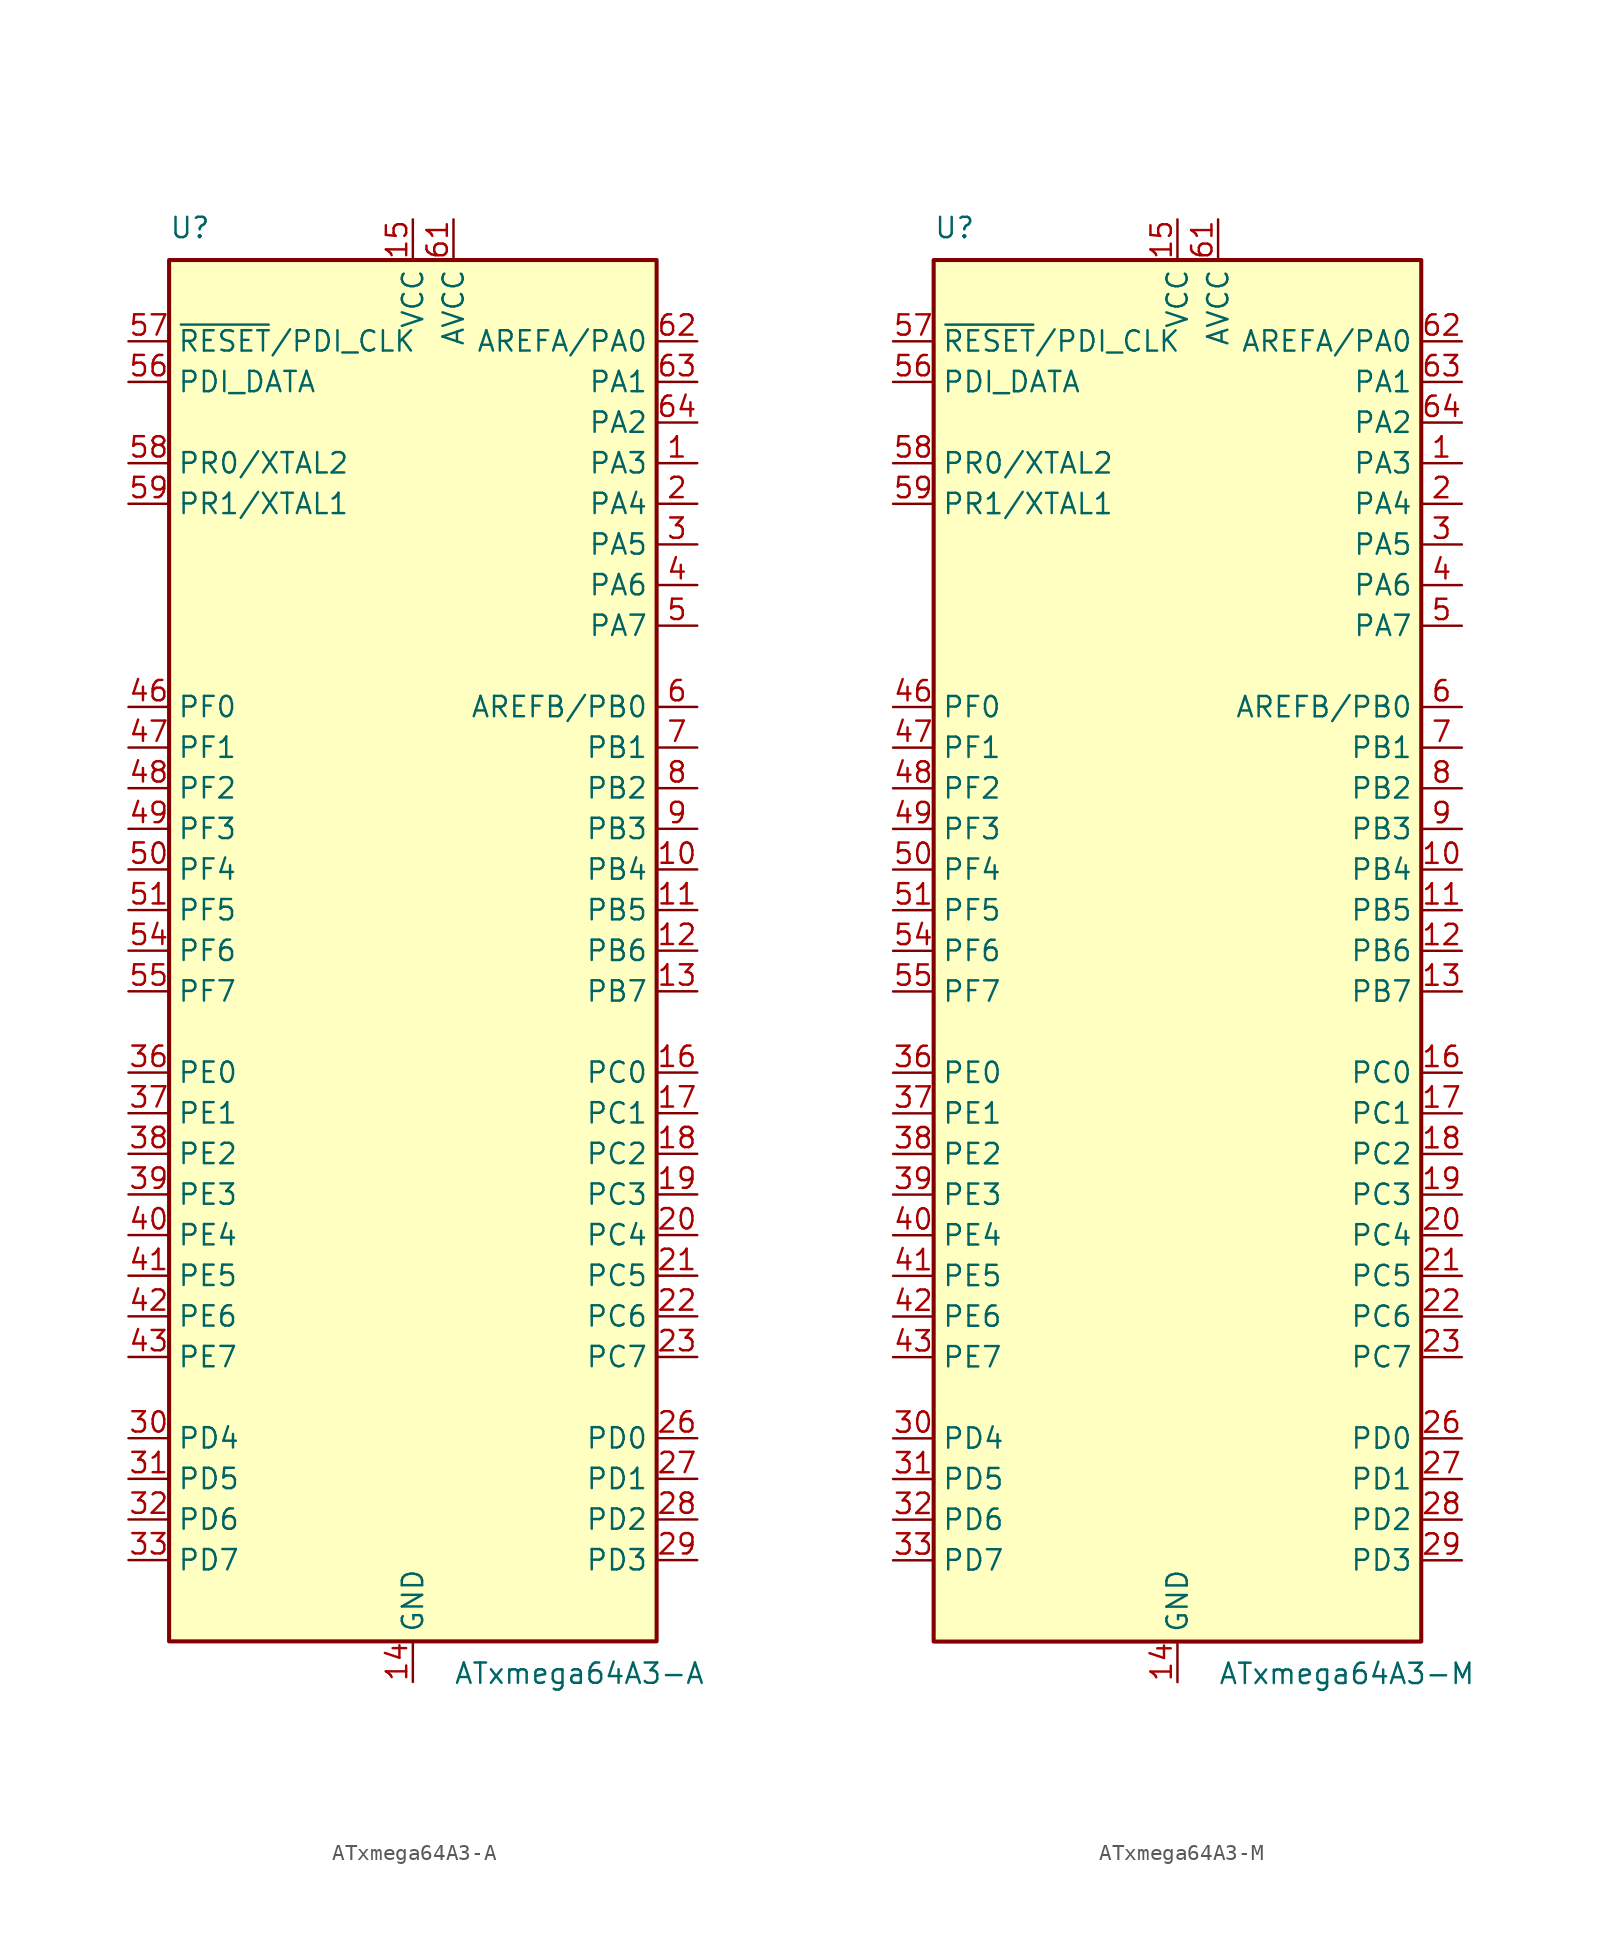
<source format=kicad_sym>
(kicad_symbol_lib
  (version 20201005)
  (generator kicad_symbol_editor)
  (symbol "ATxmega64A3-A"
    (property "Reference" "U"
      (at -15.24 44.45 0)
      (effects (font (size 1.27 1.27)) (justify left bottom)))
    (property "Value" "ATxmega64A3-A"
      (at 2.54 -44.45 0)
      (effects (font (size 1.27 1.27)) (justify left top)))
    (symbol "ATxmega64A3-A_0_1"
      (rectangle (start -15.24 -43.18) (end 15.24 43.18) (stroke (width 0.254)) (fill (type background))))
    (symbol "ATxmega64A3-A_1_1"
      (pin bidirectional line (at 17.78 30.48 180) (length 2.54) (name "PA3" (effects (font (size 1.27 1.27)))) (number "1" (effects (font (size 1.27 1.27)))))
      (pin bidirectional line (at 17.78 5.08 180) (length 2.54) (name "PB4" (effects (font (size 1.27 1.27)))) (number "10" (effects (font (size 1.27 1.27)))))
      (pin bidirectional line (at 17.78 2.54 180) (length 2.54) (name "PB5" (effects (font (size 1.27 1.27)))) (number "11" (effects (font (size 1.27 1.27)))))
      (pin bidirectional line (at 17.78 0 180) (length 2.54) (name "PB6" (effects (font (size 1.27 1.27)))) (number "12" (effects (font (size 1.27 1.27)))))
      (pin bidirectional line (at 17.78 -2.54 180) (length 2.54) (name "PB7" (effects (font (size 1.27 1.27)))) (number "13" (effects (font (size 1.27 1.27)))))
      (pin power_in line (at 0 -45.72 90) (length 2.54) (name "GND" (effects (font (size 1.27 1.27)))) (number "14" (effects (font (size 1.27 1.27)))))
      (pin power_in line (at 0 45.72 270) (length 2.54) (name "VCC" (effects (font (size 1.27 1.27)))) (number "15" (effects (font (size 1.27 1.27)))))
      (pin bidirectional line (at 17.78 -7.62 180) (length 2.54) (name "PC0" (effects (font (size 1.27 1.27)))) (number "16" (effects (font (size 1.27 1.27)))))
      (pin bidirectional line (at 17.78 -10.16 180) (length 2.54) (name "PC1" (effects (font (size 1.27 1.27)))) (number "17" (effects (font (size 1.27 1.27)))))
      (pin bidirectional line (at 17.78 -12.7 180) (length 2.54) (name "PC2" (effects (font (size 1.27 1.27)))) (number "18" (effects (font (size 1.27 1.27)))))
      (pin bidirectional line (at 17.78 -15.24 180) (length 2.54) (name "PC3" (effects (font (size 1.27 1.27)))) (number "19" (effects (font (size 1.27 1.27)))))
      (pin bidirectional line (at 17.78 27.94 180) (length 2.54) (name "PA4" (effects (font (size 1.27 1.27)))) (number "2" (effects (font (size 1.27 1.27)))))
      (pin bidirectional line (at 17.78 -17.78 180) (length 2.54) (name "PC4" (effects (font (size 1.27 1.27)))) (number "20" (effects (font (size 1.27 1.27)))))
      (pin bidirectional line (at 17.78 -20.32 180) (length 2.54) (name "PC5" (effects (font (size 1.27 1.27)))) (number "21" (effects (font (size 1.27 1.27)))))
      (pin bidirectional line (at 17.78 -22.86 180) (length 2.54) (name "PC6" (effects (font (size 1.27 1.27)))) (number "22" (effects (font (size 1.27 1.27)))))
      (pin bidirectional line (at 17.78 -25.4 180) (length 2.54) (name "PC7" (effects (font (size 1.27 1.27)))) (number "23" (effects (font (size 1.27 1.27)))))
      (pin passive line (at 0 -45.72 90) (length 2.54) hide (name "GND" (effects (font (size 1.27 1.27)))) (number "24" (effects (font (size 1.27 1.27)))))
      (pin passive line (at 0 45.72 270) (length 2.54) hide (name "VCC" (effects (font (size 1.27 1.27)))) (number "25" (effects (font (size 1.27 1.27)))))
      (pin bidirectional line (at 17.78 -30.48 180) (length 2.54) (name "PD0" (effects (font (size 1.27 1.27)))) (number "26" (effects (font (size 1.27 1.27)))))
      (pin bidirectional line (at 17.78 -33.02 180) (length 2.54) (name "PD1" (effects (font (size 1.27 1.27)))) (number "27" (effects (font (size 1.27 1.27)))))
      (pin bidirectional line (at 17.78 -35.56 180) (length 2.54) (name "PD2" (effects (font (size 1.27 1.27)))) (number "28" (effects (font (size 1.27 1.27)))))
      (pin bidirectional line (at 17.78 -38.1 180) (length 2.54) (name "PD3" (effects (font (size 1.27 1.27)))) (number "29" (effects (font (size 1.27 1.27)))))
      (pin bidirectional line (at 17.78 25.4 180) (length 2.54) (name "PA5" (effects (font (size 1.27 1.27)))) (number "3" (effects (font (size 1.27 1.27)))))
      (pin bidirectional line (at -17.78 -30.48 0) (length 2.54) (name "PD4" (effects (font (size 1.27 1.27)))) (number "30" (effects (font (size 1.27 1.27)))))
      (pin bidirectional line (at -17.78 -33.02 0) (length 2.54) (name "PD5" (effects (font (size 1.27 1.27)))) (number "31" (effects (font (size 1.27 1.27)))))
      (pin bidirectional line (at -17.78 -35.56 0) (length 2.54) (name "PD6" (effects (font (size 1.27 1.27)))) (number "32" (effects (font (size 1.27 1.27)))))
      (pin bidirectional line (at -17.78 -38.1 0) (length 2.54) (name "PD7" (effects (font (size 1.27 1.27)))) (number "33" (effects (font (size 1.27 1.27)))))
      (pin passive line (at 0 -45.72 90) (length 2.54) hide (name "GND" (effects (font (size 1.27 1.27)))) (number "34" (effects (font (size 1.27 1.27)))))
      (pin passive line (at 0 45.72 270) (length 2.54) hide (name "VCC" (effects (font (size 1.27 1.27)))) (number "35" (effects (font (size 1.27 1.27)))))
      (pin bidirectional line (at -17.78 -7.62 0) (length 2.54) (name "PE0" (effects (font (size 1.27 1.27)))) (number "36" (effects (font (size 1.27 1.27)))))
      (pin bidirectional line (at -17.78 -10.16 0) (length 2.54) (name "PE1" (effects (font (size 1.27 1.27)))) (number "37" (effects (font (size 1.27 1.27)))))
      (pin bidirectional line (at -17.78 -12.7 0) (length 2.54) (name "PE2" (effects (font (size 1.27 1.27)))) (number "38" (effects (font (size 1.27 1.27)))))
      (pin bidirectional line (at -17.78 -15.24 0) (length 2.54) (name "PE3" (effects (font (size 1.27 1.27)))) (number "39" (effects (font (size 1.27 1.27)))))
      (pin bidirectional line (at 17.78 22.86 180) (length 2.54) (name "PA6" (effects (font (size 1.27 1.27)))) (number "4" (effects (font (size 1.27 1.27)))))
      (pin bidirectional line (at -17.78 -17.78 0) (length 2.54) (name "PE4" (effects (font (size 1.27 1.27)))) (number "40" (effects (font (size 1.27 1.27)))))
      (pin bidirectional line (at -17.78 -20.32 0) (length 2.54) (name "PE5" (effects (font (size 1.27 1.27)))) (number "41" (effects (font (size 1.27 1.27)))))
      (pin bidirectional line (at -17.78 -22.86 0) (length 2.54) (name "PE6" (effects (font (size 1.27 1.27)))) (number "42" (effects (font (size 1.27 1.27)))))
      (pin bidirectional line (at -17.78 -25.4 0) (length 2.54) (name "PE7" (effects (font (size 1.27 1.27)))) (number "43" (effects (font (size 1.27 1.27)))))
      (pin passive line (at 0 -45.72 90) (length 2.54) hide (name "GND" (effects (font (size 1.27 1.27)))) (number "44" (effects (font (size 1.27 1.27)))))
      (pin passive line (at 0 45.72 270) (length 2.54) hide (name "VCC" (effects (font (size 1.27 1.27)))) (number "45" (effects (font (size 1.27 1.27)))))
      (pin bidirectional line (at -17.78 15.24 0) (length 2.54) (name "PF0" (effects (font (size 1.27 1.27)))) (number "46" (effects (font (size 1.27 1.27)))))
      (pin bidirectional line (at -17.78 12.7 0) (length 2.54) (name "PF1" (effects (font (size 1.27 1.27)))) (number "47" (effects (font (size 1.27 1.27)))))
      (pin bidirectional line (at -17.78 10.16 0) (length 2.54) (name "PF2" (effects (font (size 1.27 1.27)))) (number "48" (effects (font (size 1.27 1.27)))))
      (pin bidirectional line (at -17.78 7.62 0) (length 2.54) (name "PF3" (effects (font (size 1.27 1.27)))) (number "49" (effects (font (size 1.27 1.27)))))
      (pin bidirectional line (at 17.78 20.32 180) (length 2.54) (name "PA7" (effects (font (size 1.27 1.27)))) (number "5" (effects (font (size 1.27 1.27)))))
      (pin bidirectional line (at -17.78 5.08 0) (length 2.54) (name "PF4" (effects (font (size 1.27 1.27)))) (number "50" (effects (font (size 1.27 1.27)))))
      (pin bidirectional line (at -17.78 2.54 0) (length 2.54) (name "PF5" (effects (font (size 1.27 1.27)))) (number "51" (effects (font (size 1.27 1.27)))))
      (pin passive line (at 0 -45.72 90) (length 2.54) hide (name "GND" (effects (font (size 1.27 1.27)))) (number "52" (effects (font (size 1.27 1.27)))))
      (pin passive line (at 0 45.72 270) (length 2.54) hide (name "VCC" (effects (font (size 1.27 1.27)))) (number "53" (effects (font (size 1.27 1.27)))))
      (pin bidirectional line (at -17.78 0 0) (length 2.54) (name "PF6" (effects (font (size 1.27 1.27)))) (number "54" (effects (font (size 1.27 1.27)))))
      (pin bidirectional line (at -17.78 -2.54 0) (length 2.54) (name "PF7" (effects (font (size 1.27 1.27)))) (number "55" (effects (font (size 1.27 1.27)))))
      (pin bidirectional line (at -17.78 35.56 0) (length 2.54) (name "PDI_DATA" (effects (font (size 1.27 1.27)))) (number "56" (effects (font (size 1.27 1.27)))))
      (pin input line (at -17.78 38.1 0) (length 2.54) (name "~RESET~/PDI_CLK" (effects (font (size 1.27 1.27)))) (number "57" (effects (font (size 1.27 1.27)))))
      (pin bidirectional line (at -17.78 30.48 0) (length 2.54) (name "PR0/XTAL2" (effects (font (size 1.27 1.27)))) (number "58" (effects (font (size 1.27 1.27)))))
      (pin bidirectional line (at -17.78 27.94 0) (length 2.54) (name "PR1/XTAL1" (effects (font (size 1.27 1.27)))) (number "59" (effects (font (size 1.27 1.27)))))
      (pin bidirectional line (at 17.78 15.24 180) (length 2.54) (name "AREFB/PB0" (effects (font (size 1.27 1.27)))) (number "6" (effects (font (size 1.27 1.27)))))
      (pin passive line (at 0 -45.72 90) (length 2.54) hide (name "GND" (effects (font (size 1.27 1.27)))) (number "60" (effects (font (size 1.27 1.27)))))
      (pin power_in line (at 2.54 45.72 270) (length 2.54) (name "AVCC" (effects (font (size 1.27 1.27)))) (number "61" (effects (font (size 1.27 1.27)))))
      (pin bidirectional line (at 17.78 38.1 180) (length 2.54) (name "AREFA/PA0" (effects (font (size 1.27 1.27)))) (number "62" (effects (font (size 1.27 1.27)))))
      (pin bidirectional line (at 17.78 35.56 180) (length 2.54) (name "PA1" (effects (font (size 1.27 1.27)))) (number "63" (effects (font (size 1.27 1.27)))))
      (pin bidirectional line (at 17.78 33.02 180) (length 2.54) (name "PA2" (effects (font (size 1.27 1.27)))) (number "64" (effects (font (size 1.27 1.27)))))
      (pin bidirectional line (at 17.78 12.7 180) (length 2.54) (name "PB1" (effects (font (size 1.27 1.27)))) (number "7" (effects (font (size 1.27 1.27)))))
      (pin bidirectional line (at 17.78 10.16 180) (length 2.54) (name "PB2" (effects (font (size 1.27 1.27)))) (number "8" (effects (font (size 1.27 1.27)))))
      (pin bidirectional line (at 17.78 7.62 180) (length 2.54) (name "PB3" (effects (font (size 1.27 1.27)))) (number "9" (effects (font (size 1.27 1.27)))))))
  (symbol "ATxmega64A3-M"
    (property "Reference" "U"
      (at -15.24 44.45 0)
      (effects (font (size 1.27 1.27)) (justify left bottom)))
    (property "Value" "ATxmega64A3-M"
      (at 2.54 -44.45 0)
      (effects (font (size 1.27 1.27)) (justify left top)))
    (symbol "ATxmega64A3-M_0_1"
      (rectangle (start -15.24 -43.18) (end 15.24 43.18) (stroke (width 0.254)) (fill (type background))))
    (symbol "ATxmega64A3-M_1_1"
      (pin bidirectional line (at 17.78 30.48 180) (length 2.54) (name "PA3" (effects (font (size 1.27 1.27)))) (number "1" (effects (font (size 1.27 1.27)))))
      (pin bidirectional line (at 17.78 5.08 180) (length 2.54) (name "PB4" (effects (font (size 1.27 1.27)))) (number "10" (effects (font (size 1.27 1.27)))))
      (pin bidirectional line (at 17.78 2.54 180) (length 2.54) (name "PB5" (effects (font (size 1.27 1.27)))) (number "11" (effects (font (size 1.27 1.27)))))
      (pin bidirectional line (at 17.78 0 180) (length 2.54) (name "PB6" (effects (font (size 1.27 1.27)))) (number "12" (effects (font (size 1.27 1.27)))))
      (pin bidirectional line (at 17.78 -2.54 180) (length 2.54) (name "PB7" (effects (font (size 1.27 1.27)))) (number "13" (effects (font (size 1.27 1.27)))))
      (pin power_in line (at 0 -45.72 90) (length 2.54) (name "GND" (effects (font (size 1.27 1.27)))) (number "14" (effects (font (size 1.27 1.27)))))
      (pin power_in line (at 0 45.72 270) (length 2.54) (name "VCC" (effects (font (size 1.27 1.27)))) (number "15" (effects (font (size 1.27 1.27)))))
      (pin bidirectional line (at 17.78 -7.62 180) (length 2.54) (name "PC0" (effects (font (size 1.27 1.27)))) (number "16" (effects (font (size 1.27 1.27)))))
      (pin bidirectional line (at 17.78 -10.16 180) (length 2.54) (name "PC1" (effects (font (size 1.27 1.27)))) (number "17" (effects (font (size 1.27 1.27)))))
      (pin bidirectional line (at 17.78 -12.7 180) (length 2.54) (name "PC2" (effects (font (size 1.27 1.27)))) (number "18" (effects (font (size 1.27 1.27)))))
      (pin bidirectional line (at 17.78 -15.24 180) (length 2.54) (name "PC3" (effects (font (size 1.27 1.27)))) (number "19" (effects (font (size 1.27 1.27)))))
      (pin bidirectional line (at 17.78 27.94 180) (length 2.54) (name "PA4" (effects (font (size 1.27 1.27)))) (number "2" (effects (font (size 1.27 1.27)))))
      (pin bidirectional line (at 17.78 -17.78 180) (length 2.54) (name "PC4" (effects (font (size 1.27 1.27)))) (number "20" (effects (font (size 1.27 1.27)))))
      (pin bidirectional line (at 17.78 -20.32 180) (length 2.54) (name "PC5" (effects (font (size 1.27 1.27)))) (number "21" (effects (font (size 1.27 1.27)))))
      (pin bidirectional line (at 17.78 -22.86 180) (length 2.54) (name "PC6" (effects (font (size 1.27 1.27)))) (number "22" (effects (font (size 1.27 1.27)))))
      (pin bidirectional line (at 17.78 -25.4 180) (length 2.54) (name "PC7" (effects (font (size 1.27 1.27)))) (number "23" (effects (font (size 1.27 1.27)))))
      (pin passive line (at 0 -45.72 90) (length 2.54) hide (name "GND" (effects (font (size 1.27 1.27)))) (number "24" (effects (font (size 1.27 1.27)))))
      (pin passive line (at 0 45.72 270) (length 2.54) hide (name "VCC" (effects (font (size 1.27 1.27)))) (number "25" (effects (font (size 1.27 1.27)))))
      (pin bidirectional line (at 17.78 -30.48 180) (length 2.54) (name "PD0" (effects (font (size 1.27 1.27)))) (number "26" (effects (font (size 1.27 1.27)))))
      (pin bidirectional line (at 17.78 -33.02 180) (length 2.54) (name "PD1" (effects (font (size 1.27 1.27)))) (number "27" (effects (font (size 1.27 1.27)))))
      (pin bidirectional line (at 17.78 -35.56 180) (length 2.54) (name "PD2" (effects (font (size 1.27 1.27)))) (number "28" (effects (font (size 1.27 1.27)))))
      (pin bidirectional line (at 17.78 -38.1 180) (length 2.54) (name "PD3" (effects (font (size 1.27 1.27)))) (number "29" (effects (font (size 1.27 1.27)))))
      (pin bidirectional line (at 17.78 25.4 180) (length 2.54) (name "PA5" (effects (font (size 1.27 1.27)))) (number "3" (effects (font (size 1.27 1.27)))))
      (pin bidirectional line (at -17.78 -30.48 0) (length 2.54) (name "PD4" (effects (font (size 1.27 1.27)))) (number "30" (effects (font (size 1.27 1.27)))))
      (pin bidirectional line (at -17.78 -33.02 0) (length 2.54) (name "PD5" (effects (font (size 1.27 1.27)))) (number "31" (effects (font (size 1.27 1.27)))))
      (pin bidirectional line (at -17.78 -35.56 0) (length 2.54) (name "PD6" (effects (font (size 1.27 1.27)))) (number "32" (effects (font (size 1.27 1.27)))))
      (pin bidirectional line (at -17.78 -38.1 0) (length 2.54) (name "PD7" (effects (font (size 1.27 1.27)))) (number "33" (effects (font (size 1.27 1.27)))))
      (pin passive line (at 0 -45.72 90) (length 2.54) hide (name "GND" (effects (font (size 1.27 1.27)))) (number "34" (effects (font (size 1.27 1.27)))))
      (pin passive line (at 0 45.72 270) (length 2.54) hide (name "VCC" (effects (font (size 1.27 1.27)))) (number "35" (effects (font (size 1.27 1.27)))))
      (pin bidirectional line (at -17.78 -7.62 0) (length 2.54) (name "PE0" (effects (font (size 1.27 1.27)))) (number "36" (effects (font (size 1.27 1.27)))))
      (pin bidirectional line (at -17.78 -10.16 0) (length 2.54) (name "PE1" (effects (font (size 1.27 1.27)))) (number "37" (effects (font (size 1.27 1.27)))))
      (pin bidirectional line (at -17.78 -12.7 0) (length 2.54) (name "PE2" (effects (font (size 1.27 1.27)))) (number "38" (effects (font (size 1.27 1.27)))))
      (pin bidirectional line (at -17.78 -15.24 0) (length 2.54) (name "PE3" (effects (font (size 1.27 1.27)))) (number "39" (effects (font (size 1.27 1.27)))))
      (pin bidirectional line (at 17.78 22.86 180) (length 2.54) (name "PA6" (effects (font (size 1.27 1.27)))) (number "4" (effects (font (size 1.27 1.27)))))
      (pin bidirectional line (at -17.78 -17.78 0) (length 2.54) (name "PE4" (effects (font (size 1.27 1.27)))) (number "40" (effects (font (size 1.27 1.27)))))
      (pin bidirectional line (at -17.78 -20.32 0) (length 2.54) (name "PE5" (effects (font (size 1.27 1.27)))) (number "41" (effects (font (size 1.27 1.27)))))
      (pin bidirectional line (at -17.78 -22.86 0) (length 2.54) (name "PE6" (effects (font (size 1.27 1.27)))) (number "42" (effects (font (size 1.27 1.27)))))
      (pin bidirectional line (at -17.78 -25.4 0) (length 2.54) (name "PE7" (effects (font (size 1.27 1.27)))) (number "43" (effects (font (size 1.27 1.27)))))
      (pin passive line (at 0 -45.72 90) (length 2.54) hide (name "GND" (effects (font (size 1.27 1.27)))) (number "44" (effects (font (size 1.27 1.27)))))
      (pin passive line (at 0 45.72 270) (length 2.54) hide (name "VCC" (effects (font (size 1.27 1.27)))) (number "45" (effects (font (size 1.27 1.27)))))
      (pin bidirectional line (at -17.78 15.24 0) (length 2.54) (name "PF0" (effects (font (size 1.27 1.27)))) (number "46" (effects (font (size 1.27 1.27)))))
      (pin bidirectional line (at -17.78 12.7 0) (length 2.54) (name "PF1" (effects (font (size 1.27 1.27)))) (number "47" (effects (font (size 1.27 1.27)))))
      (pin bidirectional line (at -17.78 10.16 0) (length 2.54) (name "PF2" (effects (font (size 1.27 1.27)))) (number "48" (effects (font (size 1.27 1.27)))))
      (pin bidirectional line (at -17.78 7.62 0) (length 2.54) (name "PF3" (effects (font (size 1.27 1.27)))) (number "49" (effects (font (size 1.27 1.27)))))
      (pin bidirectional line (at 17.78 20.32 180) (length 2.54) (name "PA7" (effects (font (size 1.27 1.27)))) (number "5" (effects (font (size 1.27 1.27)))))
      (pin bidirectional line (at -17.78 5.08 0) (length 2.54) (name "PF4" (effects (font (size 1.27 1.27)))) (number "50" (effects (font (size 1.27 1.27)))))
      (pin bidirectional line (at -17.78 2.54 0) (length 2.54) (name "PF5" (effects (font (size 1.27 1.27)))) (number "51" (effects (font (size 1.27 1.27)))))
      (pin passive line (at 0 -45.72 90) (length 2.54) hide (name "GND" (effects (font (size 1.27 1.27)))) (number "52" (effects (font (size 1.27 1.27)))))
      (pin passive line (at 0 45.72 270) (length 2.54) hide (name "VCC" (effects (font (size 1.27 1.27)))) (number "53" (effects (font (size 1.27 1.27)))))
      (pin bidirectional line (at -17.78 0 0) (length 2.54) (name "PF6" (effects (font (size 1.27 1.27)))) (number "54" (effects (font (size 1.27 1.27)))))
      (pin bidirectional line (at -17.78 -2.54 0) (length 2.54) (name "PF7" (effects (font (size 1.27 1.27)))) (number "55" (effects (font (size 1.27 1.27)))))
      (pin bidirectional line (at -17.78 35.56 0) (length 2.54) (name "PDI_DATA" (effects (font (size 1.27 1.27)))) (number "56" (effects (font (size 1.27 1.27)))))
      (pin input line (at -17.78 38.1 0) (length 2.54) (name "~RESET~/PDI_CLK" (effects (font (size 1.27 1.27)))) (number "57" (effects (font (size 1.27 1.27)))))
      (pin bidirectional line (at -17.78 30.48 0) (length 2.54) (name "PR0/XTAL2" (effects (font (size 1.27 1.27)))) (number "58" (effects (font (size 1.27 1.27)))))
      (pin bidirectional line (at -17.78 27.94 0) (length 2.54) (name "PR1/XTAL1" (effects (font (size 1.27 1.27)))) (number "59" (effects (font (size 1.27 1.27)))))
      (pin bidirectional line (at 17.78 15.24 180) (length 2.54) (name "AREFB/PB0" (effects (font (size 1.27 1.27)))) (number "6" (effects (font (size 1.27 1.27)))))
      (pin passive line (at 0 -45.72 90) (length 2.54) hide (name "GND" (effects (font (size 1.27 1.27)))) (number "60" (effects (font (size 1.27 1.27)))))
      (pin power_in line (at 2.54 45.72 270) (length 2.54) (name "AVCC" (effects (font (size 1.27 1.27)))) (number "61" (effects (font (size 1.27 1.27)))))
      (pin bidirectional line (at 17.78 38.1 180) (length 2.54) (name "AREFA/PA0" (effects (font (size 1.27 1.27)))) (number "62" (effects (font (size 1.27 1.27)))))
      (pin bidirectional line (at 17.78 35.56 180) (length 2.54) (name "PA1" (effects (font (size 1.27 1.27)))) (number "63" (effects (font (size 1.27 1.27)))))
      (pin bidirectional line (at 17.78 33.02 180) (length 2.54) (name "PA2" (effects (font (size 1.27 1.27)))) (number "64" (effects (font (size 1.27 1.27)))))
      (pin passive line (at 0 -45.72 90) (length 2.54) hide (name "GND" (effects (font (size 1.27 1.27)))) (number "65" (effects (font (size 1.27 1.27)))))
      (pin bidirectional line (at 17.78 12.7 180) (length 2.54) (name "PB1" (effects (font (size 1.27 1.27)))) (number "7" (effects (font (size 1.27 1.27)))))
      (pin bidirectional line (at 17.78 10.16 180) (length 2.54) (name "PB2" (effects (font (size 1.27 1.27)))) (number "8" (effects (font (size 1.27 1.27)))))
      (pin bidirectional line (at 17.78 7.62 180) (length 2.54) (name "PB3" (effects (font (size 1.27 1.27)))) (number "9" (effects (font (size 1.27 1.27))))))))
</source>
